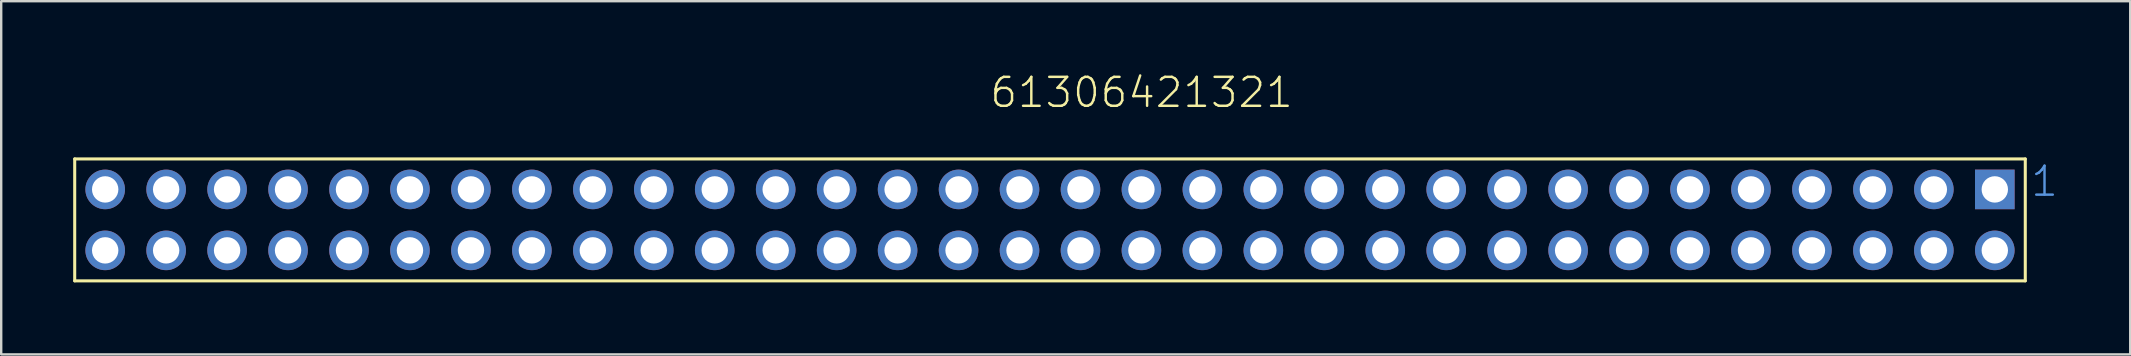
<source format=kicad_pcb>
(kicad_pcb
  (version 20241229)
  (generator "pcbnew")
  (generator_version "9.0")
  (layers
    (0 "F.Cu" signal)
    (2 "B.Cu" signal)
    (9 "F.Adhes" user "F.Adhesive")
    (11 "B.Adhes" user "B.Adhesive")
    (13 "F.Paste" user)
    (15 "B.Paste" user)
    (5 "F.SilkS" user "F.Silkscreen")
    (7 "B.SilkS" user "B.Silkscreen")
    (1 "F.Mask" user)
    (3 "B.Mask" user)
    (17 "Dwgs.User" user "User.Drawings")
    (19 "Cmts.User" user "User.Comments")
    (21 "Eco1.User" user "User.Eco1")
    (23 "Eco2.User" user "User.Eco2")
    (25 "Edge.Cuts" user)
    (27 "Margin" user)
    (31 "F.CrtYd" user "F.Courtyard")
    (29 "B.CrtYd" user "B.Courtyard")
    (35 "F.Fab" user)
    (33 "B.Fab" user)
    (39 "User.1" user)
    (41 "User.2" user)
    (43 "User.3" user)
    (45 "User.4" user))
  (footprint "61306421321"
    (layer "F.Cu")
    (at 40.703 6.113)
    (property "Reference" "61306421321" (at -2.568 -4.602 0) (layer "F.SilkS") (effects (font (size 1.206 1.206) (thickness 0.102)) (justify left bottom)))
    (attr through_hole)
    (fp_line (start -40.64 -2.54) (end 40.64 -2.54) (stroke (width 0.127) (type solid)) (layer "F.SilkS"))
    (fp_line (start -40.64 2.54) (end -40.64 -2.54) (stroke (width 0.127) (type solid)) (layer "F.SilkS"))
    (fp_line (start 40.64 -2.54) (end 40.64 2.54) (stroke (width 0.127) (type solid)) (layer "F.SilkS"))
    (fp_line (start 40.64 2.54) (end -40.64 2.54) (stroke (width 0.127) (type solid)) (layer "F.SilkS"))
    (fp_text user "1" (at 40.8 -0.9 0) (layer "Cmts.User") (effects (font (size 1.206 1.206) (thickness 0.102)) (justify left bottom)))
    (pad "1" thru_hole rect (at 39.37 -1.27) (size 1.65 1.65) (drill 1.1) (layers "*.Cu" "*.Mask"))
    (pad "2" thru_hole circle (at 36.83 -1.27) (size 1.65 1.65) (drill 1.1) (layers "*.Cu" "*.Mask"))
    (pad "3" thru_hole circle (at 34.29 -1.27) (size 1.65 1.65) (drill 1.1) (layers "*.Cu" "*.Mask"))
    (pad "4" thru_hole circle (at 31.75 -1.27) (size 1.65 1.65) (drill 1.1) (layers "*.Cu" "*.Mask"))
    (pad "5" thru_hole circle (at 29.21 -1.27) (size 1.65 1.65) (drill 1.1) (layers "*.Cu" "*.Mask"))
    (pad "6" thru_hole circle (at 26.67 -1.27) (size 1.65 1.65) (drill 1.1) (layers "*.Cu" "*.Mask"))
    (pad "7" thru_hole circle (at 24.13 -1.27) (size 1.65 1.65) (drill 1.1) (layers "*.Cu" "*.Mask"))
    (pad "8" thru_hole circle (at 21.59 -1.27) (size 1.65 1.65) (drill 1.1) (layers "*.Cu" "*.Mask"))
    (pad "9" thru_hole circle (at 19.05 -1.27) (size 1.65 1.65) (drill 1.1) (layers "*.Cu" "*.Mask"))
    (pad "10" thru_hole circle (at 16.51 -1.27) (size 1.65 1.65) (drill 1.1) (layers "*.Cu" "*.Mask"))
    (pad "11" thru_hole circle (at 13.97 -1.27) (size 1.65 1.65) (drill 1.1) (layers "*.Cu" "*.Mask"))
    (pad "12" thru_hole circle (at 11.43 -1.27) (size 1.65 1.65) (drill 1.1) (layers "*.Cu" "*.Mask"))
    (pad "13" thru_hole circle (at 8.89 -1.27) (size 1.65 1.65) (drill 1.1) (layers "*.Cu" "*.Mask"))
    (pad "14" thru_hole circle (at 6.35 -1.27) (size 1.65 1.65) (drill 1.1) (layers "*.Cu" "*.Mask"))
    (pad "15" thru_hole circle (at 3.81 -1.27) (size 1.65 1.65) (drill 1.1) (layers "*.Cu" "*.Mask"))
    (pad "16" thru_hole circle (at 1.27 -1.27) (size 1.65 1.65) (drill 1.1) (layers "*.Cu" "*.Mask"))
    (pad "17" thru_hole circle (at -1.27 -1.27) (size 1.65 1.65) (drill 1.1) (layers "*.Cu" "*.Mask"))
    (pad "18" thru_hole circle (at -3.81 -1.27) (size 1.65 1.65) (drill 1.1) (layers "*.Cu" "*.Mask"))
    (pad "19" thru_hole circle (at -6.35 -1.27) (size 1.65 1.65) (drill 1.1) (layers "*.Cu" "*.Mask"))
    (pad "20" thru_hole circle (at -8.89 -1.27) (size 1.65 1.65) (drill 1.1) (layers "*.Cu" "*.Mask"))
    (pad "21" thru_hole circle (at -11.43 -1.27) (size 1.65 1.65) (drill 1.1) (layers "*.Cu" "*.Mask"))
    (pad "22" thru_hole circle (at -13.97 -1.27) (size 1.65 1.65) (drill 1.1) (layers "*.Cu" "*.Mask"))
    (pad "23" thru_hole circle (at -16.51 -1.27) (size 1.65 1.65) (drill 1.1) (layers "*.Cu" "*.Mask"))
    (pad "24" thru_hole circle (at -19.05 -1.27) (size 1.65 1.65) (drill 1.1) (layers "*.Cu" "*.Mask"))
    (pad "25" thru_hole circle (at -21.59 -1.27) (size 1.65 1.65) (drill 1.1) (layers "*.Cu" "*.Mask"))
    (pad "26" thru_hole circle (at -24.13 -1.27) (size 1.65 1.65) (drill 1.1) (layers "*.Cu" "*.Mask"))
    (pad "27" thru_hole circle (at -26.67 -1.27) (size 1.65 1.65) (drill 1.1) (layers "*.Cu" "*.Mask"))
    (pad "28" thru_hole circle (at -29.21 -1.27) (size 1.65 1.65) (drill 1.1) (layers "*.Cu" "*.Mask"))
    (pad "29" thru_hole circle (at -31.75 -1.27) (size 1.65 1.65) (drill 1.1) (layers "*.Cu" "*.Mask"))
    (pad "30" thru_hole circle (at -34.29 -1.27) (size 1.65 1.65) (drill 1.1) (layers "*.Cu" "*.Mask"))
    (pad "31" thru_hole circle (at -36.83 -1.27) (size 1.65 1.65) (drill 1.1) (layers "*.Cu" "*.Mask"))
    (pad "32" thru_hole circle (at -39.37 -1.27) (size 1.65 1.65) (drill 1.1) (layers "*.Cu" "*.Mask"))
    (pad "33" thru_hole circle (at 39.37 1.27) (size 1.65 1.65) (drill 1.1) (layers "*.Cu" "*.Mask"))
    (pad "34" thru_hole circle (at 36.83 1.27) (size 1.65 1.65) (drill 1.1) (layers "*.Cu" "*.Mask"))
    (pad "35" thru_hole circle (at 34.29 1.27) (size 1.65 1.65) (drill 1.1) (layers "*.Cu" "*.Mask"))
    (pad "36" thru_hole circle (at 31.75 1.27) (size 1.65 1.65) (drill 1.1) (layers "*.Cu" "*.Mask"))
    (pad "37" thru_hole circle (at 29.21 1.27) (size 1.65 1.65) (drill 1.1) (layers "*.Cu" "*.Mask"))
    (pad "38" thru_hole circle (at 26.67 1.27) (size 1.65 1.65) (drill 1.1) (layers "*.Cu" "*.Mask"))
    (pad "39" thru_hole circle (at 24.13 1.27) (size 1.65 1.65) (drill 1.1) (layers "*.Cu" "*.Mask"))
    (pad "40" thru_hole circle (at 21.59 1.27) (size 1.65 1.65) (drill 1.1) (layers "*.Cu" "*.Mask"))
    (pad "41" thru_hole circle (at 19.05 1.27) (size 1.65 1.65) (drill 1.1) (layers "*.Cu" "*.Mask"))
    (pad "42" thru_hole circle (at 16.51 1.27) (size 1.65 1.65) (drill 1.1) (layers "*.Cu" "*.Mask"))
    (pad "43" thru_hole circle (at 13.97 1.27) (size 1.65 1.65) (drill 1.1) (layers "*.Cu" "*.Mask"))
    (pad "44" thru_hole circle (at 11.43 1.27) (size 1.65 1.65) (drill 1.1) (layers "*.Cu" "*.Mask"))
    (pad "45" thru_hole circle (at 8.89 1.27) (size 1.65 1.65) (drill 1.1) (layers "*.Cu" "*.Mask"))
    (pad "46" thru_hole circle (at 6.35 1.27) (size 1.65 1.65) (drill 1.1) (layers "*.Cu" "*.Mask"))
    (pad "47" thru_hole circle (at 3.81 1.27) (size 1.65 1.65) (drill 1.1) (layers "*.Cu" "*.Mask"))
    (pad "48" thru_hole circle (at 1.27 1.27) (size 1.65 1.65) (drill 1.1) (layers "*.Cu" "*.Mask"))
    (pad "49" thru_hole circle (at -1.27 1.27) (size 1.65 1.65) (drill 1.1) (layers "*.Cu" "*.Mask"))
    (pad "50" thru_hole circle (at -3.81 1.27) (size 1.65 1.65) (drill 1.1) (layers "*.Cu" "*.Mask"))
    (pad "51" thru_hole circle (at -6.35 1.27) (size 1.65 1.65) (drill 1.1) (layers "*.Cu" "*.Mask"))
    (pad "52" thru_hole circle (at -8.89 1.27) (size 1.65 1.65) (drill 1.1) (layers "*.Cu" "*.Mask"))
    (pad "53" thru_hole circle (at -11.43 1.27) (size 1.65 1.65) (drill 1.1) (layers "*.Cu" "*.Mask"))
    (pad "54" thru_hole circle (at -13.97 1.27) (size 1.65 1.65) (drill 1.1) (layers "*.Cu" "*.Mask"))
    (pad "55" thru_hole circle (at -16.51 1.27) (size 1.65 1.65) (drill 1.1) (layers "*.Cu" "*.Mask"))
    (pad "56" thru_hole circle (at -19.05 1.27) (size 1.65 1.65) (drill 1.1) (layers "*.Cu" "*.Mask"))
    (pad "57" thru_hole circle (at -21.59 1.27) (size 1.65 1.65) (drill 1.1) (layers "*.Cu" "*.Mask"))
    (pad "58" thru_hole circle (at -24.13 1.27) (size 1.65 1.65) (drill 1.1) (layers "*.Cu" "*.Mask"))
    (pad "59" thru_hole circle (at -26.67 1.27) (size 1.65 1.65) (drill 1.1) (layers "*.Cu" "*.Mask"))
    (pad "60" thru_hole circle (at -29.21 1.27) (size 1.65 1.65) (drill 1.1) (layers "*.Cu" "*.Mask"))
    (pad "61" thru_hole circle (at -31.75 1.27) (size 1.65 1.65) (drill 1.1) (layers "*.Cu" "*.Mask"))
    (pad "62" thru_hole circle (at -34.29 1.27) (size 1.65 1.65) (drill 1.1) (layers "*.Cu" "*.Mask"))
    (pad "63" thru_hole circle (at -36.83 1.27) (size 1.65 1.65) (drill 1.1) (layers "*.Cu" "*.Mask"))
    (pad "64" thru_hole circle (at -39.37 1.27) (size 1.65 1.65) (drill 1.1) (layers "*.Cu" "*.Mask")))
  (gr_rect
    (start -3 -3)
    (end 85.716 11.717)
    (stroke (width 0.1) (type default))
    (fill no)
    (layer "Edge.Cuts")))
</source>
